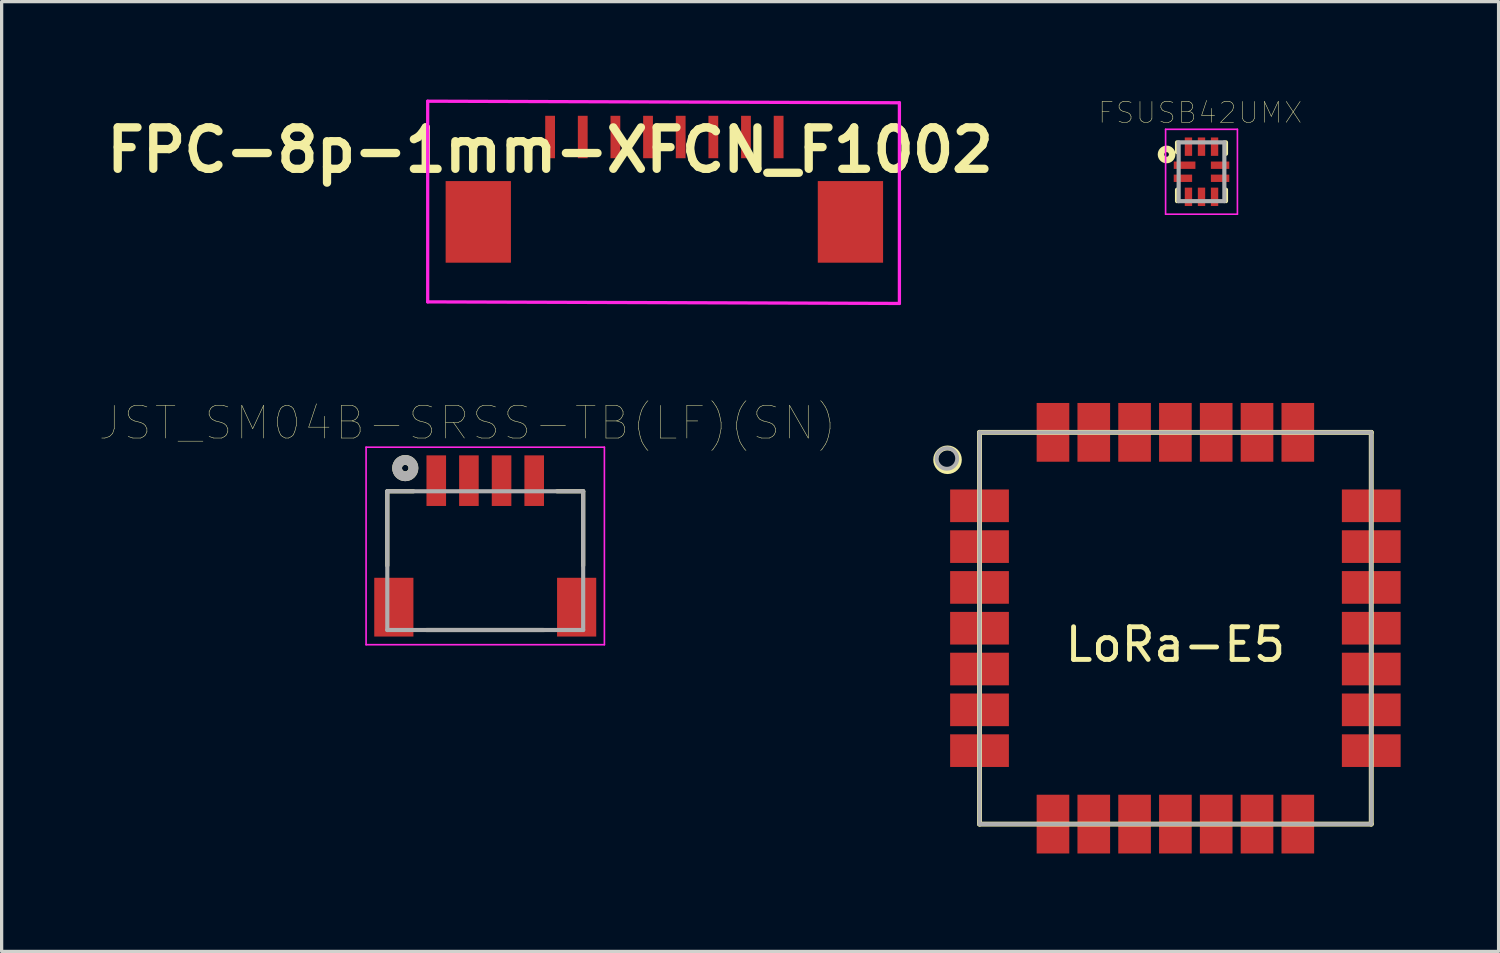
<source format=kicad_pcb>
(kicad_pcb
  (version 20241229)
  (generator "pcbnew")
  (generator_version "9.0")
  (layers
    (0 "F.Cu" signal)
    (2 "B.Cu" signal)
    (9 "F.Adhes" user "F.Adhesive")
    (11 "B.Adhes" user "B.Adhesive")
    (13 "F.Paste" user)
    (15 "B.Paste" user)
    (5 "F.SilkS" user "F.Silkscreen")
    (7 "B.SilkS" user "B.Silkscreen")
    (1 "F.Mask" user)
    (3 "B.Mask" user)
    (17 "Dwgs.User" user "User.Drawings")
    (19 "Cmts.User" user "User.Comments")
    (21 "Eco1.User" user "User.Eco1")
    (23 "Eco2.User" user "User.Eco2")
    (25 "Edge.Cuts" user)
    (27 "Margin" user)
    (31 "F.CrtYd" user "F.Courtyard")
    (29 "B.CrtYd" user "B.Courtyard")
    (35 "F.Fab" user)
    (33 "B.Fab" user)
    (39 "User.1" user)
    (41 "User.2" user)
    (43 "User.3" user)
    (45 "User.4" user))
  (footprint "JST_SM04B-SRSS-TB(LF)(SN)"
    (layer "F.Cu")
    (at 11.814 11.674)
    (property "Reference" "JST_SM04B-SRSS-TB(LF)(SN)" (at -0.545 -1.768 0) (layer "F.SilkS") (effects (font (size 1.001 1.001) (thickness 0.015))))
    (attr through_hole)
    (fp_line (start -3 0.325) (end -3 2.6) (stroke (width 0.127) (type solid)) (layer "F.SilkS"))
    (fp_line (start -2.2 0.325) (end -3 0.325) (stroke (width 0.127) (type solid)) (layer "F.SilkS"))
    (fp_line (start -1.8 4.575) (end 1.8 4.575) (stroke (width 0.127) (type solid)) (layer "F.SilkS"))
    (fp_line (start 2.2 0.325) (end 3 0.325) (stroke (width 0.127) (type solid)) (layer "F.SilkS"))
    (fp_line (start 3 0.325) (end 3 2.6) (stroke (width 0.127) (type solid)) (layer "F.SilkS"))
    (fp_circle (center -2.45 -0.385) (end -2.35 -0.385) (stroke (width 0.3) (type solid)) (fill no) (layer "F.SilkS"))
    (fp_line (start -3.65 -1.025) (end 3.65 -1.025) (stroke (width 0.05) (type solid)) (layer "F.CrtYd"))
    (fp_line (start -3.65 5.025) (end -3.65 -1.025) (stroke (width 0.05) (type solid)) (layer "F.CrtYd"))
    (fp_line (start 3.65 -1.025) (end 3.65 5.025) (stroke (width 0.05) (type solid)) (layer "F.CrtYd"))
    (fp_line (start 3.65 5.025) (end -3.65 5.025) (stroke (width 0.05) (type solid)) (layer "F.CrtYd"))
    (fp_line (start -3 0.325) (end 3 0.325) (stroke (width 0.127) (type solid)) (layer "F.Fab"))
    (fp_line (start -3 4.575) (end -3 0.325) (stroke (width 0.127) (type solid)) (layer "F.Fab"))
    (fp_line (start 3 0.325) (end 3 4.575) (stroke (width 0.127) (type solid)) (layer "F.Fab"))
    (fp_line (start 3 4.575) (end -3 4.575) (stroke (width 0.127) (type solid)) (layer "F.Fab"))
    (fp_circle (center -2.45 -0.385) (end -2.35 -0.385) (stroke (width 0.3) (type solid)) (fill no) (layer "F.Fab"))
    (pad "1" smd rect (at -1.5 0) (size 0.6 1.55) (layers "F.Cu" "F.Mask" "F.Paste"))
    (pad "2" smd rect (at -0.5 0) (size 0.6 1.55) (layers "F.Cu" "F.Mask" "F.Paste"))
    (pad "3" smd rect (at 0.5 0) (size 0.6 1.55) (layers "F.Cu" "F.Mask" "F.Paste"))
    (pad "4" smd rect (at 1.5 0) (size 0.6 1.55) (layers "F.Cu" "F.Mask" "F.Paste"))
    (pad "S1" smd rect (at -2.8 3.875) (size 1.2 1.8) (layers "F.Cu" "F.Mask" "F.Paste"))
    (pad "S2" smd rect (at 2.8 3.875) (size 1.2 1.8) (layers "F.Cu" "F.Mask" "F.Paste")))
  (footprint "LoRa-E5"
    (layer "F.Cu")
    (at 32.955 16.194)
    (property "Reference" "LoRa-E5" (at 0 0.5 0) (layer "F.SilkS") (effects (font (size 1 1) (thickness 0.15))))
    (attr through_hole)
    (fp_line (start -6 -6) (end 6 -6) (stroke (width 0.15) (type solid)) (layer "F.SilkS"))
    (fp_line (start -6 6) (end -6 -6) (stroke (width 0.15) (type solid)) (layer "F.SilkS"))
    (fp_line (start 6 -6) (end 6 6) (stroke (width 0.15) (type solid)) (layer "F.SilkS"))
    (fp_line (start 6 6) (end -6 6) (stroke (width 0.15) (type solid)) (layer "F.SilkS"))
    (fp_circle (center -6.98 -5.16) (end -6.66 -4.99) (stroke (width 0.15) (type solid)) (fill no) (layer "F.SilkS"))
    (fp_line (start -6 -6) (end 6 -6) (stroke (width 0.12) (type solid)) (layer "F.Fab"))
    (fp_line (start -6 6) (end -6 -6) (stroke (width 0.12) (type solid)) (layer "F.Fab"))
    (fp_line (start 6 -6) (end 6 6) (stroke (width 0.12) (type solid)) (layer "F.Fab"))
    (fp_line (start 6 6) (end -6 6) (stroke (width 0.12) (type solid)) (layer "F.Fab"))
    (fp_circle (center -7 -5.2) (end -6.7 -5.1) (stroke (width 0.12) (type solid)) (fill no) (layer "F.Fab"))
    (pad "1" smd rect (at -6 -3.75 90) (size 1 1.8) (layers "F.Cu" "F.Mask" "F.Paste"))
    (pad "2" smd rect (at -6 -2.5 90) (size 1 1.8) (layers "F.Cu" "F.Mask" "F.Paste"))
    (pad "3" smd rect (at -6 -1.25 90) (size 1 1.8) (layers "F.Cu" "F.Mask" "F.Paste"))
    (pad "4" smd rect (at -6 0 90) (size 1 1.8) (layers "F.Cu" "F.Mask" "F.Paste"))
    (pad "5" smd rect (at -6 1.25 90) (size 1 1.8) (layers "F.Cu" "F.Mask" "F.Paste"))
    (pad "6" smd rect (at -6 2.5 90) (size 1 1.8) (layers "F.Cu" "F.Mask" "F.Paste"))
    (pad "7" smd rect (at -6 3.75 90) (size 1 1.8) (layers "F.Cu" "F.Mask" "F.Paste"))
    (pad "8" smd rect (at -3.75 6 180) (size 1 1.8) (layers "F.Cu" "F.Mask" "F.Paste"))
    (pad "9" smd rect (at -2.5 6 180) (size 1 1.8) (layers "F.Cu" "F.Mask" "F.Paste"))
    (pad "10" smd rect (at -1.25 6 180) (size 1 1.8) (layers "F.Cu" "F.Mask" "F.Paste"))
    (pad "11" smd rect (at 0 6 180) (size 1 1.8) (layers "F.Cu" "F.Mask" "F.Paste"))
    (pad "12" smd rect (at 1.25 6 180) (size 1 1.8) (layers "F.Cu" "F.Mask" "F.Paste"))
    (pad "13" smd rect (at 2.5 6 180) (size 1 1.8) (layers "F.Cu" "F.Mask" "F.Paste"))
    (pad "14" smd rect (at 3.75 6 180) (size 1 1.8) (layers "F.Cu" "F.Mask" "F.Paste"))
    (pad "15" smd rect (at 6 3.75 270) (size 1 1.8) (layers "F.Cu" "F.Mask" "F.Paste"))
    (pad "16" smd rect (at 6 2.5 270) (size 1 1.8) (layers "F.Cu" "F.Mask" "F.Paste"))
    (pad "17" smd rect (at 6 1.25 270) (size 1 1.8) (layers "F.Cu" "F.Mask" "F.Paste"))
    (pad "18" smd rect (at 6 0 270) (size 1 1.8) (layers "F.Cu" "F.Mask" "F.Paste"))
    (pad "19" smd rect (at 6 -1.25 270) (size 1 1.8) (layers "F.Cu" "F.Mask" "F.Paste"))
    (pad "20" smd rect (at 6 -2.5 270) (size 1 1.8) (layers "F.Cu" "F.Mask" "F.Paste"))
    (pad "21" smd rect (at 6 -3.75 270) (size 1 1.8) (layers "F.Cu" "F.Mask" "F.Paste"))
    (pad "22" smd rect (at 3.75 -6) (size 1 1.8) (layers "F.Cu" "F.Mask" "F.Paste"))
    (pad "23" smd rect (at 2.5 -6) (size 1 1.8) (layers "F.Cu" "F.Mask" "F.Paste"))
    (pad "24" smd rect (at 1.25 -6) (size 1 1.8) (layers "F.Cu" "F.Mask" "F.Paste"))
    (pad "25" smd rect (at 0 -6) (size 1 1.8) (layers "F.Cu" "F.Mask" "F.Paste"))
    (pad "26" smd rect (at -1.25 -6) (size 1 1.8) (layers "F.Cu" "F.Mask" "F.Paste"))
    (pad "27" smd rect (at -2.5 -6) (size 1 1.8) (layers "F.Cu" "F.Mask" "F.Paste"))
    (pad "28" smd rect (at -3.75 -6) (size 1 1.8) (layers "F.Cu" "F.Mask" "F.Paste")))
  (footprint "FPC-8p-1mm-XFCN_F1002"
    (layer "F.Cu")
    (at 13.801 1.147)
    (property "Reference" "FPC-8p-1mm-XFCN_F1002" (at 0 0.4 0) (layer "F.SilkS") (effects (font (size 1.27 1.27) (thickness 0.254))))
    (attr through_hole)
    (fp_line (start -3.75 -1.097) (end -3.75 5.05) (stroke (width 0.1) (type solid)) (layer "F.CrtYd"))
    (fp_line (start -3.75 5.05) (end 10.7 5.098) (stroke (width 0.1) (type solid)) (layer "F.CrtYd"))
    (fp_line (start 10.7 -1.049) (end -3.75 -1.097) (stroke (width 0.1) (type solid)) (layer "F.CrtYd"))
    (fp_line (start 10.7 5.098) (end 10.7 -1.049) (stroke (width 0.1) (type solid)) (layer "F.CrtYd"))
    (pad "0" smd rect (at -2.2 2.6) (size 2 2.5) (layers "F.Cu" "F.Mask" "F.Paste"))
    (pad "0" smd rect (at 9.2 2.6) (size 2 2.5) (layers "F.Cu" "F.Mask" "F.Paste"))
    (pad "1" smd rect (at 0 0) (size 0.3 1.3) (layers "F.Cu" "F.Mask" "F.Paste"))
    (pad "2" smd rect (at 1 0) (size 0.3 1.3) (layers "F.Cu" "F.Mask" "F.Paste"))
    (pad "3" smd rect (at 2 0) (size 0.3 1.3) (layers "F.Cu" "F.Mask" "F.Paste"))
    (pad "4" smd rect (at 3 0) (size 0.3 1.3) (layers "F.Cu" "F.Mask" "F.Paste"))
    (pad "5" smd rect (at 4 0) (size 0.3 1.3) (layers "F.Cu" "F.Mask" "F.Paste"))
    (pad "6" smd rect (at 5 0) (size 0.3 1.3) (layers "F.Cu" "F.Mask" "F.Paste"))
    (pad "7" smd rect (at 6 0) (size 0.3 1.3) (layers "F.Cu" "F.Mask" "F.Paste"))
    (pad "8" smd rect (at 7 0) (size 0.3 1.3) (layers "F.Cu" "F.Mask" "F.Paste")))
  (footprint "FSUSB42UMX"
    (layer "F.Cu")
    (at 33.755 2.211)
    (property "Reference" "FSUSB42UMX" (at -0.041 -1.81 0) (layer "F.SilkS") (effects (font (size 0.64 0.64) (thickness 0.015))))
    (attr through_hole)
    (fp_line (start -0.75 -0.9) (end -0.75 -0.6) (stroke (width 0.127) (type solid)) (layer "F.SilkS"))
    (fp_line (start -0.75 0.55) (end -0.75 0.9) (stroke (width 0.127) (type solid)) (layer "F.SilkS"))
    (fp_line (start 0.75 -0.9) (end 0.75 -0.55) (stroke (width 0.127) (type solid)) (layer "F.SilkS"))
    (fp_line (start 0.75 0.55) (end 0.75 0.9) (stroke (width 0.127) (type solid)) (layer "F.SilkS"))
    (fp_circle (center -1.07 -0.53) (end -0.999 -0.53) (stroke (width 0.2) (type solid)) (fill no) (layer "F.SilkS"))
    (fp_line (start -1.1 -1.3) (end 1.1 -1.3) (stroke (width 0.05) (type solid)) (layer "F.CrtYd"))
    (fp_line (start -1.1 1.3) (end -1.1 -1.3) (stroke (width 0.05) (type solid)) (layer "F.CrtYd"))
    (fp_line (start 1.1 -1.3) (end 1.1 1.3) (stroke (width 0.05) (type solid)) (layer "F.CrtYd"))
    (fp_line (start 1.1 1.3) (end -1.1 1.3) (stroke (width 0.05) (type solid)) (layer "F.CrtYd"))
    (fp_line (start -0.7 -0.9) (end 0.7 -0.9) (stroke (width 0.127) (type solid)) (layer "F.Fab"))
    (fp_line (start -0.7 0.9) (end -0.7 -0.9) (stroke (width 0.127) (type solid)) (layer "F.Fab"))
    (fp_line (start 0.7 -0.9) (end 0.7 0.9) (stroke (width 0.127) (type solid)) (layer "F.Fab"))
    (fp_line (start 0.7 0.9) (end -0.7 0.9) (stroke (width 0.127) (type solid)) (layer "F.Fab"))
    (pad "1" smd rect (at -0.518 -0.2) (size 0.663 0.225) (layers "F.Cu" "F.Mask" "F.Paste"))
    (pad "2" smd rect (at -0.569 0.2) (size 0.563 0.225) (layers "F.Cu" "F.Mask" "F.Paste"))
    (pad "3" smd rect (at -0.4 0.768) (size 0.225 0.563) (layers "F.Cu" "F.Mask" "F.Paste"))
    (pad "4" smd rect (at 0 0.768) (size 0.225 0.563) (layers "F.Cu" "F.Mask" "F.Paste"))
    (pad "5" smd rect (at 0.4 0.768) (size 0.225 0.563) (layers "F.Cu" "F.Mask" "F.Paste"))
    (pad "6" smd rect (at 0.569 0.2) (size 0.563 0.225) (layers "F.Cu" "F.Mask" "F.Paste"))
    (pad "7" smd rect (at 0.569 -0.2) (size 0.563 0.225) (layers "F.Cu" "F.Mask" "F.Paste"))
    (pad "8" smd rect (at 0.4 -0.768) (size 0.225 0.563) (layers "F.Cu" "F.Mask" "F.Paste"))
    (pad "9" smd rect (at 0 -0.768) (size 0.225 0.563) (layers "F.Cu" "F.Mask" "F.Paste"))
    (pad "10" smd rect (at -0.4 -0.768) (size 0.225 0.563) (layers "F.Cu" "F.Mask" "F.Paste")))
  (gr_rect
    (start -3 -3)
    (end 42.855 26.094)
    (stroke (width 0.1) (type default))
    (fill no)
    (layer "Edge.Cuts")))
</source>
